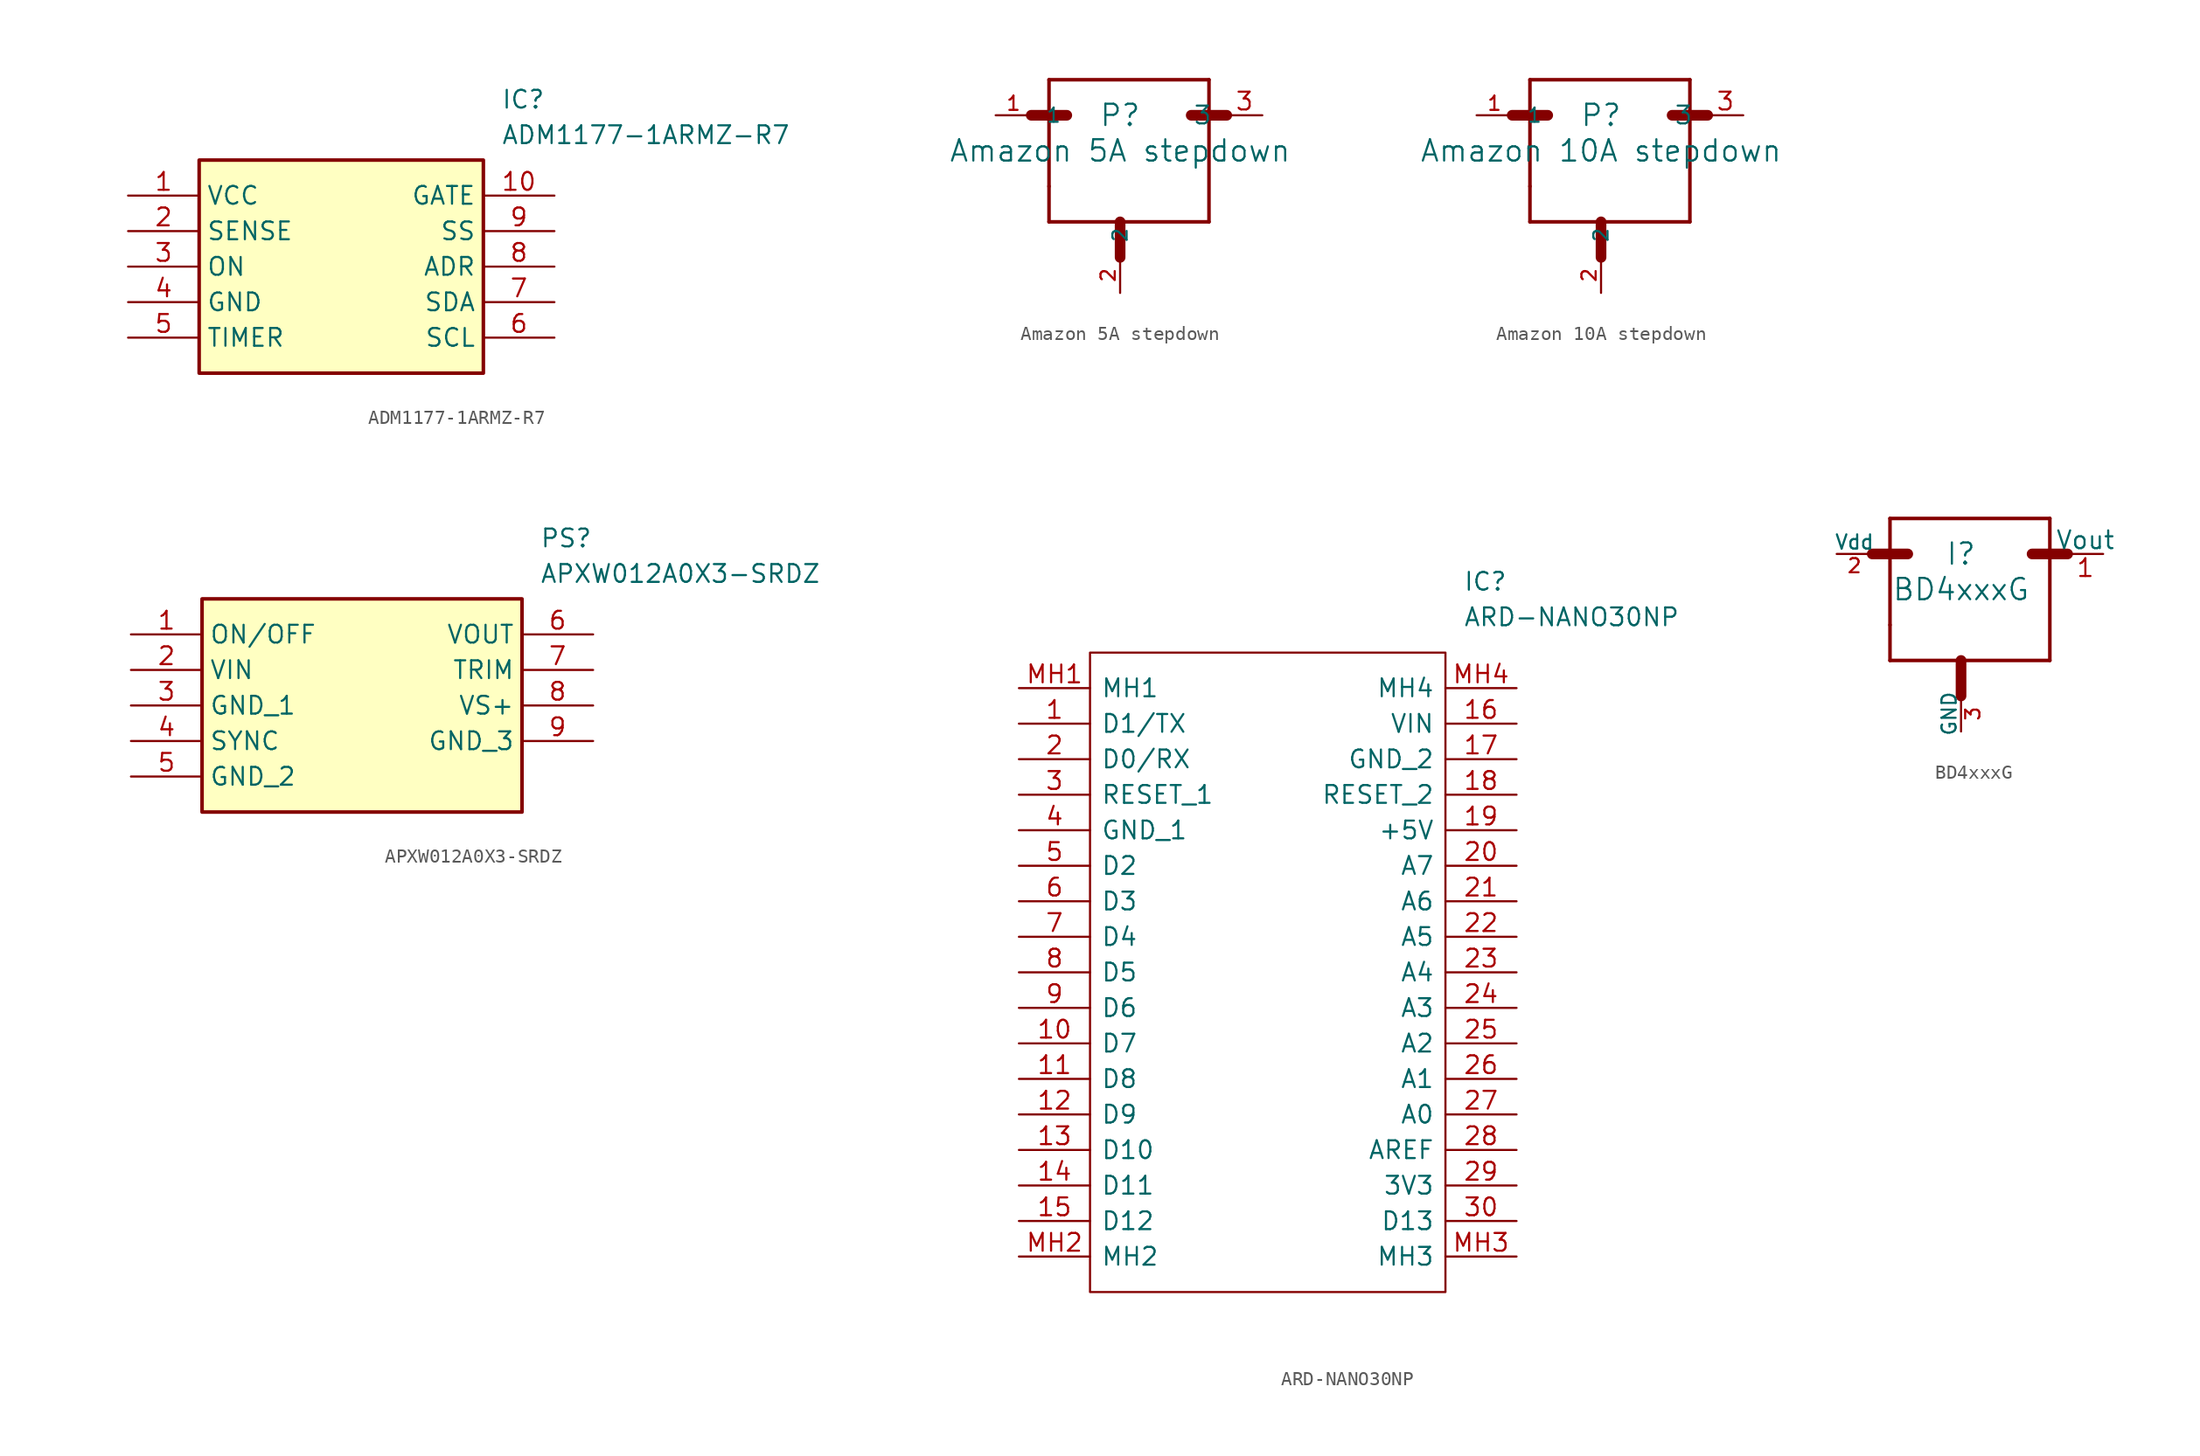
<source format=kicad_sym>
(kicad_symbol_lib
  (version 20231120)
  (generator "kicad_symbol_editor")
  (generator_version "8.0")
  (symbol "ADM1177-1ARMZ-R7"
    (property "Reference" "IC"
      (at 26.67 7.62 0)
      (effects (font (size 1.27 1.27)) (justify left top)))
    (property "Value" "ADM1177-1ARMZ-R7"
      (at 26.67 5.08 0)
      (effects (font (size 1.27 1.27)) (justify left top)))
    (symbol "ADM1177-1ARMZ-R7_1_1"
      (rectangle (start 5.08 2.54) (end 25.4 -12.7) (stroke (width 0.254) (type default)) (fill (type background)))
      (pin passive line (at 0 0 0) (length 5.08) (name "VCC" (effects (font (size 1.27 1.27)))) (number "1" (effects (font (size 1.27 1.27)))))
      (pin passive line (at 30.48 0 180) (length 5.08) (name "GATE" (effects (font (size 1.27 1.27)))) (number "10" (effects (font (size 1.27 1.27)))))
      (pin passive line (at 0 -2.54 0) (length 5.08) (name "SENSE" (effects (font (size 1.27 1.27)))) (number "2" (effects (font (size 1.27 1.27)))))
      (pin passive line (at 0 -5.08 0) (length 5.08) (name "ON" (effects (font (size 1.27 1.27)))) (number "3" (effects (font (size 1.27 1.27)))))
      (pin passive line (at 0 -7.62 0) (length 5.08) (name "GND" (effects (font (size 1.27 1.27)))) (number "4" (effects (font (size 1.27 1.27)))))
      (pin passive line (at 0 -10.16 0) (length 5.08) (name "TIMER" (effects (font (size 1.27 1.27)))) (number "5" (effects (font (size 1.27 1.27)))))
      (pin passive line (at 30.48 -10.16 180) (length 5.08) (name "SCL" (effects (font (size 1.27 1.27)))) (number "6" (effects (font (size 1.27 1.27)))))
      (pin passive line (at 30.48 -7.62 180) (length 5.08) (name "SDA" (effects (font (size 1.27 1.27)))) (number "7" (effects (font (size 1.27 1.27)))))
      (pin passive line (at 30.48 -5.08 180) (length 5.08) (name "ADR" (effects (font (size 1.27 1.27)))) (number "8" (effects (font (size 1.27 1.27)))))
      (pin passive line (at 30.48 -2.54 180) (length 5.08) (name "SS" (effects (font (size 1.27 1.27)))) (number "9" (effects (font (size 1.27 1.27)))))))
  (symbol "Amazon 5A stepdown"
    (pin_names
      (offset 1.016))
    (property "Reference" "P"
      (at 0 2.54 0)
      (effects (font (size 1.524 1.524))))
    (property "Value" "Amazon 5A stepdown"
      (at 0 0 0)
      (effects (font (size 1.524 1.524))))
    (symbol "Amazon 5A stepdown_0_0"
      (polyline (pts (xy -6.35 2.54) (xy -3.81 2.54)) (stroke (width 0.762) (type default)) (fill (type none)))
      (polyline (pts (xy -5.08 -5.08) (xy 6.35 -5.08)) (stroke (width 0.254) (type default)) (fill (type none)))
      (polyline (pts (xy -5.08 -2.54) (xy -5.08 -5.08)) (stroke (width 0.254) (type default)) (fill (type none)))
      (polyline (pts (xy -5.08 2.54) (xy -5.08 -2.54)) (stroke (width 0.254) (type default)) (fill (type none)))
      (polyline (pts (xy -5.08 5.08) (xy -5.08 2.54)) (stroke (width 0.254) (type default)) (fill (type none)))
      (polyline (pts (xy 6.35 -5.08) (xy 6.35 5.08)) (stroke (width 0.254) (type default)) (fill (type none)))
      (polyline (pts (xy 6.35 5.08) (xy -5.08 5.08)) (stroke (width 0.254) (type default)) (fill (type none)))
      (pin passive line (at -8.89 2.54 0) (length 2.54) (name "1" (effects (font (size 1.016 1.016)))) (number "1" (effects (font (size 1.016 1.016)))))
      (pin passive line (at 0 -10.16 90) (length 2.54) (name "2" (effects (font (size 1.016 1.016)))) (number "2" (effects (font (size 1.016 1.016))))))
    (symbol "Amazon 5A stepdown_0_1"
      (polyline (pts (xy 7.62 2.54) (xy 5.08 2.54)) (stroke (width 0.762) (type default)) (fill (type none))))
    (symbol "Amazon 5A stepdown_1_0"
      (polyline (pts (xy 0 -5.08) (xy 0 -7.62)) (stroke (width 0.762) (type default)) (fill (type none))))
    (symbol "Amazon 5A stepdown_1_1"
      (pin input line (at 10.16 2.54 180) (length 2.54) (name "3" (effects (font (size 1.27 1.27)))) (number "3" (effects (font (size 1.27 1.27)))))))
  (symbol "Amazon 10A stepdown"
    (pin_names
      (offset 1.016))
    (property "Reference" "P"
      (at 0 2.54 0)
      (effects (font (size 1.524 1.524))))
    (property "Value" "Amazon 10A stepdown"
      (at 0 0 0)
      (effects (font (size 1.524 1.524))))
    (symbol "Amazon 10A stepdown_0_0"
      (polyline (pts (xy -6.35 2.54) (xy -3.81 2.54)) (stroke (width 0.762) (type default)) (fill (type none)))
      (polyline (pts (xy -5.08 -5.08) (xy 6.35 -5.08)) (stroke (width 0.254) (type default)) (fill (type none)))
      (polyline (pts (xy -5.08 -2.54) (xy -5.08 -5.08)) (stroke (width 0.254) (type default)) (fill (type none)))
      (polyline (pts (xy -5.08 2.54) (xy -5.08 -2.54)) (stroke (width 0.254) (type default)) (fill (type none)))
      (polyline (pts (xy -5.08 5.08) (xy -5.08 2.54)) (stroke (width 0.254) (type default)) (fill (type none)))
      (polyline (pts (xy 6.35 -5.08) (xy 6.35 5.08)) (stroke (width 0.254) (type default)) (fill (type none)))
      (polyline (pts (xy 6.35 5.08) (xy -5.08 5.08)) (stroke (width 0.254) (type default)) (fill (type none)))
      (pin passive line (at -8.89 2.54 0) (length 2.54) (name "1" (effects (font (size 1.016 1.016)))) (number "1" (effects (font (size 1.016 1.016)))))
      (pin passive line (at 0 -10.16 90) (length 2.54) (name "2" (effects (font (size 1.016 1.016)))) (number "2" (effects (font (size 1.016 1.016))))))
    (symbol "Amazon 10A stepdown_0_1"
      (polyline (pts (xy 7.62 2.54) (xy 5.08 2.54)) (stroke (width 0.762) (type default)) (fill (type none))))
    (symbol "Amazon 10A stepdown_1_0"
      (polyline (pts (xy 0 -5.08) (xy 0 -7.62)) (stroke (width 0.762) (type default)) (fill (type none))))
    (symbol "Amazon 10A stepdown_1_1"
      (pin input line (at 10.16 2.54 180) (length 2.54) (name "3" (effects (font (size 1.27 1.27)))) (number "3" (effects (font (size 1.27 1.27)))))))
  (symbol "APXW012A0X3-SRDZ"
    (property "Reference" "PS"
      (at 29.21 7.62 0)
      (effects (font (size 1.27 1.27)) (justify left top)))
    (property "Value" "APXW012A0X3-SRDZ"
      (at 29.21 5.08 0)
      (effects (font (size 1.27 1.27)) (justify left top)))
    (symbol "APXW012A0X3-SRDZ_1_1"
      (rectangle (start 5.08 2.54) (end 27.94 -12.7) (stroke (width 0.254) (type default)) (fill (type background)))
      (pin passive line (at 0 0 0) (length 5.08) (name "ON/OFF" (effects (font (size 1.27 1.27)))) (number "1" (effects (font (size 1.27 1.27)))))
      (pin passive line (at 0 -2.54 0) (length 5.08) (name "VIN" (effects (font (size 1.27 1.27)))) (number "2" (effects (font (size 1.27 1.27)))))
      (pin passive line (at 0 -5.08 0) (length 5.08) (name "GND_1" (effects (font (size 1.27 1.27)))) (number "3" (effects (font (size 1.27 1.27)))))
      (pin passive line (at 0 -7.62 0) (length 5.08) (name "SYNC" (effects (font (size 1.27 1.27)))) (number "4" (effects (font (size 1.27 1.27)))))
      (pin passive line (at 0 -10.16 0) (length 5.08) (name "GND_2" (effects (font (size 1.27 1.27)))) (number "5" (effects (font (size 1.27 1.27)))))
      (pin passive line (at 33.02 0 180) (length 5.08) (name "VOUT" (effects (font (size 1.27 1.27)))) (number "6" (effects (font (size 1.27 1.27)))))
      (pin passive line (at 33.02 -2.54 180) (length 5.08) (name "TRIM" (effects (font (size 1.27 1.27)))) (number "7" (effects (font (size 1.27 1.27)))))
      (pin passive line (at 33.02 -5.08 180) (length 5.08) (name "VS+" (effects (font (size 1.27 1.27)))) (number "8" (effects (font (size 1.27 1.27)))))
      (pin passive line (at 33.02 -7.62 180) (length 5.08) (name "GND_3" (effects (font (size 1.27 1.27)))) (number "9" (effects (font (size 1.27 1.27)))))))
  (symbol "ARD-NANO30NP"
    (pin_names
      (offset 0.762))
    (property "Reference" "IC"
      (at 31.75 7.62 0)
      (effects (font (size 1.27 1.27)) (justify left)))
    (property "Value" "ARD-NANO30NP"
      (at 31.75 5.08 0)
      (effects (font (size 1.27 1.27)) (justify left)))
    (symbol "ARD-NANO30NP_0_0"
      (pin passive line (at 0 -2.54 0) (length 5.08) (name "D1/TX" (effects (font (size 1.27 1.27)))) (number "1" (effects (font (size 1.27 1.27)))))
      (pin passive line (at 0 -25.4 0) (length 5.08) (name "D7" (effects (font (size 1.27 1.27)))) (number "10" (effects (font (size 1.27 1.27)))))
      (pin passive line (at 0 -27.94 0) (length 5.08) (name "D8" (effects (font (size 1.27 1.27)))) (number "11" (effects (font (size 1.27 1.27)))))
      (pin passive line (at 0 -30.48 0) (length 5.08) (name "D9" (effects (font (size 1.27 1.27)))) (number "12" (effects (font (size 1.27 1.27)))))
      (pin passive line (at 0 -33.02 0) (length 5.08) (name "D10" (effects (font (size 1.27 1.27)))) (number "13" (effects (font (size 1.27 1.27)))))
      (pin passive line (at 0 -35.56 0) (length 5.08) (name "D11" (effects (font (size 1.27 1.27)))) (number "14" (effects (font (size 1.27 1.27)))))
      (pin passive line (at 0 -38.1 0) (length 5.08) (name "D12" (effects (font (size 1.27 1.27)))) (number "15" (effects (font (size 1.27 1.27)))))
      (pin passive line (at 35.56 -2.54 180) (length 5.08) (name "VIN" (effects (font (size 1.27 1.27)))) (number "16" (effects (font (size 1.27 1.27)))))
      (pin passive line (at 35.56 -5.08 180) (length 5.08) (name "GND_2" (effects (font (size 1.27 1.27)))) (number "17" (effects (font (size 1.27 1.27)))))
      (pin passive line (at 35.56 -7.62 180) (length 5.08) (name "RESET_2" (effects (font (size 1.27 1.27)))) (number "18" (effects (font (size 1.27 1.27)))))
      (pin passive line (at 35.56 -10.16 180) (length 5.08) (name "+5V" (effects (font (size 1.27 1.27)))) (number "19" (effects (font (size 1.27 1.27)))))
      (pin passive line (at 0 -5.08 0) (length 5.08) (name "D0/RX" (effects (font (size 1.27 1.27)))) (number "2" (effects (font (size 1.27 1.27)))))
      (pin passive line (at 35.56 -12.7 180) (length 5.08) (name "A7" (effects (font (size 1.27 1.27)))) (number "20" (effects (font (size 1.27 1.27)))))
      (pin passive line (at 35.56 -15.24 180) (length 5.08) (name "A6" (effects (font (size 1.27 1.27)))) (number "21" (effects (font (size 1.27 1.27)))))
      (pin passive line (at 35.56 -17.78 180) (length 5.08) (name "A5" (effects (font (size 1.27 1.27)))) (number "22" (effects (font (size 1.27 1.27)))))
      (pin passive line (at 35.56 -20.32 180) (length 5.08) (name "A4" (effects (font (size 1.27 1.27)))) (number "23" (effects (font (size 1.27 1.27)))))
      (pin passive line (at 35.56 -22.86 180) (length 5.08) (name "A3" (effects (font (size 1.27 1.27)))) (number "24" (effects (font (size 1.27 1.27)))))
      (pin passive line (at 35.56 -25.4 180) (length 5.08) (name "A2" (effects (font (size 1.27 1.27)))) (number "25" (effects (font (size 1.27 1.27)))))
      (pin passive line (at 35.56 -27.94 180) (length 5.08) (name "A1" (effects (font (size 1.27 1.27)))) (number "26" (effects (font (size 1.27 1.27)))))
      (pin passive line (at 35.56 -30.48 180) (length 5.08) (name "A0" (effects (font (size 1.27 1.27)))) (number "27" (effects (font (size 1.27 1.27)))))
      (pin passive line (at 35.56 -33.02 180) (length 5.08) (name "AREF" (effects (font (size 1.27 1.27)))) (number "28" (effects (font (size 1.27 1.27)))))
      (pin passive line (at 35.56 -35.56 180) (length 5.08) (name "3V3" (effects (font (size 1.27 1.27)))) (number "29" (effects (font (size 1.27 1.27)))))
      (pin passive line (at 0 -7.62 0) (length 5.08) (name "RESET_1" (effects (font (size 1.27 1.27)))) (number "3" (effects (font (size 1.27 1.27)))))
      (pin passive line (at 35.56 -38.1 180) (length 5.08) (name "D13" (effects (font (size 1.27 1.27)))) (number "30" (effects (font (size 1.27 1.27)))))
      (pin passive line (at 0 -10.16 0) (length 5.08) (name "GND_1" (effects (font (size 1.27 1.27)))) (number "4" (effects (font (size 1.27 1.27)))))
      (pin passive line (at 0 -12.7 0) (length 5.08) (name "D2" (effects (font (size 1.27 1.27)))) (number "5" (effects (font (size 1.27 1.27)))))
      (pin passive line (at 0 -15.24 0) (length 5.08) (name "D3" (effects (font (size 1.27 1.27)))) (number "6" (effects (font (size 1.27 1.27)))))
      (pin passive line (at 0 -17.78 0) (length 5.08) (name "D4" (effects (font (size 1.27 1.27)))) (number "7" (effects (font (size 1.27 1.27)))))
      (pin passive line (at 0 -20.32 0) (length 5.08) (name "D5" (effects (font (size 1.27 1.27)))) (number "8" (effects (font (size 1.27 1.27)))))
      (pin passive line (at 0 -22.86 0) (length 5.08) (name "D6" (effects (font (size 1.27 1.27)))) (number "9" (effects (font (size 1.27 1.27)))))
      (pin passive line (at 0 0 0) (length 5.08) (name "MH1" (effects (font (size 1.27 1.27)))) (number "MH1" (effects (font (size 1.27 1.27)))))
      (pin passive line (at 0 -40.64 0) (length 5.08) (name "MH2" (effects (font (size 1.27 1.27)))) (number "MH2" (effects (font (size 1.27 1.27)))))
      (pin passive line (at 35.56 -40.64 180) (length 5.08) (name "MH3" (effects (font (size 1.27 1.27)))) (number "MH3" (effects (font (size 1.27 1.27)))))
      (pin passive line (at 35.56 0 180) (length 5.08) (name "MH4" (effects (font (size 1.27 1.27)))) (number "MH4" (effects (font (size 1.27 1.27))))))
    (symbol "ARD-NANO30NP_0_1"
      (polyline (pts (xy 5.08 2.54) (xy 30.48 2.54) (xy 30.48 -43.18) (xy 5.08 -43.18) (xy 5.08 2.54)) (stroke (width 0.152) (type default)) (fill (type none)))))
  (symbol "BD4xxxG"
    (pin_names
      (offset 0))
    (property "Reference" "I"
      (at 0 2.54 0)
      (effects (font (size 1.524 1.524))))
    (property "Value" "BD4xxxG"
      (at 0 0 0)
      (effects (font (size 1.524 1.524))))
    (symbol "BD4xxxG_0_0"
      (polyline (pts (xy -6.35 2.54) (xy -3.81 2.54)) (stroke (width 0.762) (type default)) (fill (type none)))
      (polyline (pts (xy -5.08 -5.08) (xy 6.35 -5.08)) (stroke (width 0.254) (type default)) (fill (type none)))
      (polyline (pts (xy -5.08 -2.54) (xy -5.08 -5.08)) (stroke (width 0.254) (type default)) (fill (type none)))
      (polyline (pts (xy -5.08 2.54) (xy -5.08 -2.54)) (stroke (width 0.254) (type default)) (fill (type none)))
      (polyline (pts (xy -5.08 5.08) (xy -5.08 2.54)) (stroke (width 0.254) (type default)) (fill (type none)))
      (polyline (pts (xy 6.35 -5.08) (xy 6.35 5.08)) (stroke (width 0.254) (type default)) (fill (type none)))
      (polyline (pts (xy 6.35 5.08) (xy -5.08 5.08)) (stroke (width 0.254) (type default)) (fill (type none)))
      (pin passive line (at -8.89 2.54 0) (length 2.54) (name "Vdd" (effects (font (size 1.016 1.016)))) (number "2" (effects (font (size 1.016 1.016)))))
      (pin passive line (at 0 -10.16 90) (length 2.54) (name "GND" (effects (font (size 1.016 1.016)))) (number "3" (effects (font (size 1.016 1.016))))))
    (symbol "BD4xxxG_0_1"
      (polyline (pts (xy 7.62 2.54) (xy 5.08 2.54)) (stroke (width 0.762) (type default)) (fill (type none))))
    (symbol "BD4xxxG_1_0"
      (polyline (pts (xy 0 -5.08) (xy 0 -7.62)) (stroke (width 0.762) (type default)) (fill (type none))))
    (symbol "BD4xxxG_1_1"
      (pin input line (at 10.16 2.54 180) (length 2.54) (name "Vout" (effects (font (size 1.27 1.27)))) (number "1" (effects (font (size 1.27 1.27))))))))
</source>
